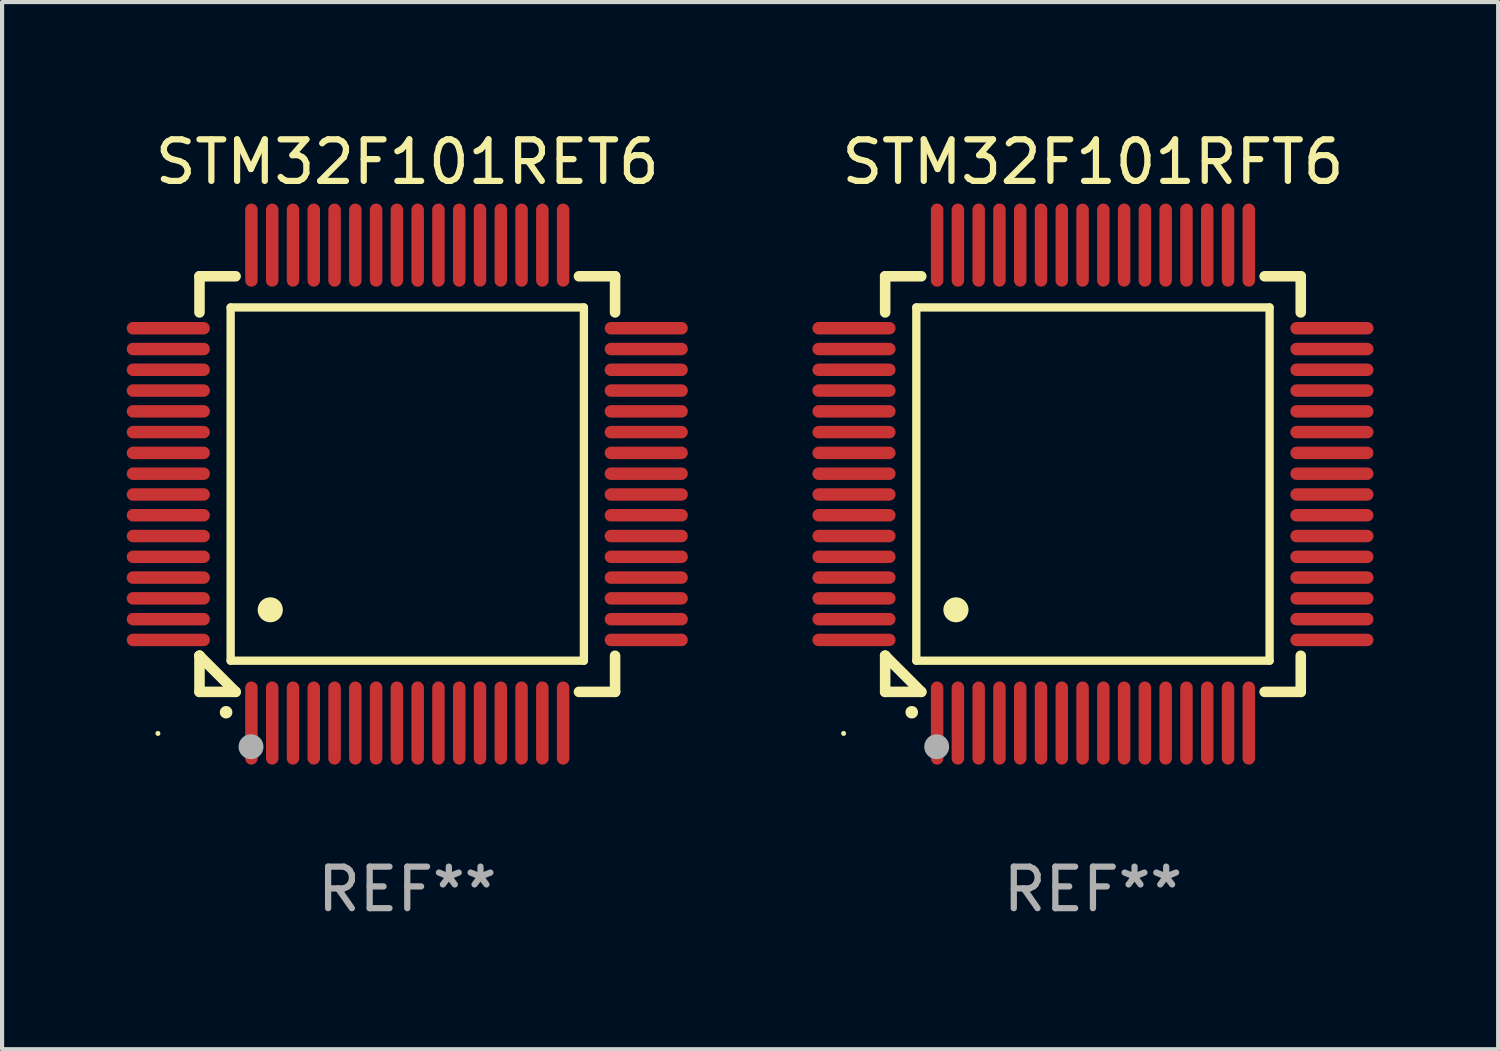
<source format=kicad_pcb>
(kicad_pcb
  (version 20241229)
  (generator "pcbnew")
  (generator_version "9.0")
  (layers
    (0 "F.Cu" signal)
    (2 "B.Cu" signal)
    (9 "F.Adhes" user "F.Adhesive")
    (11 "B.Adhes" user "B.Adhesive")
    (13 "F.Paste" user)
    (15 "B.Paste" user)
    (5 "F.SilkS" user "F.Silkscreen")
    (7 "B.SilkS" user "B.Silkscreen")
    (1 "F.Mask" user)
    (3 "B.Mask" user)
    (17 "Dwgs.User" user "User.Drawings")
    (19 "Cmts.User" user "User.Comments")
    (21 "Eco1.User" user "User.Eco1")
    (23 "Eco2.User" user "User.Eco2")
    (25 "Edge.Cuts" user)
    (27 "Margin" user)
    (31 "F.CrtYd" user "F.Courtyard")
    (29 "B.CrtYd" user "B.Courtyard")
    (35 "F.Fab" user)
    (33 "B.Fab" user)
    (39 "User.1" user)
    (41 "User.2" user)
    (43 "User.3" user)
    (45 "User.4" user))
  (footprint "STM32F101RFT6"
    (layer "F.Cu")
    (at 23.249 8.598)
    (property "Reference" "STM32F101RFT6" (at 0 -7.75 0) (layer "F.SilkS") (effects (font (size 1 1) (thickness 0.15))))
    (attr through_hole)
    (fp_line (start -5 -5) (end -4.131 -5) (stroke (width 0.254) (type solid)) (layer "F.SilkS"))
    (fp_line (start -5 -4.131) (end -5 -5) (stroke (width 0.254) (type solid)) (layer "F.SilkS"))
    (fp_line (start -5 4.131) (end -5 4.131) (stroke (width 0.254) (type solid)) (layer "F.SilkS"))
    (fp_line (start -5 5) (end -5 4.131) (stroke (width 0.254) (type solid)) (layer "F.SilkS"))
    (fp_line (start -5 4.131) (end -4.131 5) (stroke (width 0.254) (type solid)) (layer "F.SilkS"))
    (fp_line (start -4.25 -4.25) (end -4.25 4.25) (stroke (width 0.2) (type solid)) (layer "F.SilkS"))
    (fp_line (start -4.25 4.25) (end 4.25 4.25) (stroke (width 0.2) (type solid)) (layer "F.SilkS"))
    (fp_line (start -4.131 5) (end -5 5) (stroke (width 0.254) (type solid)) (layer "F.SilkS"))
    (fp_line (start 4.25 -4.25) (end -4.25 -4.25) (stroke (width 0.2) (type solid)) (layer "F.SilkS"))
    (fp_line (start 4.25 4.25) (end 4.25 -4.25) (stroke (width 0.2) (type solid)) (layer "F.SilkS"))
    (fp_line (start 5 -5) (end 4.131 -5) (stroke (width 0.254) (type solid)) (layer "F.SilkS"))
    (fp_line (start 5 -5) (end 5 -4.131) (stroke (width 0.254) (type solid)) (layer "F.SilkS"))
    (fp_line (start 5 4.131) (end 5 5) (stroke (width 0.254) (type solid)) (layer "F.SilkS"))
    (fp_line (start 5 5) (end 4.131 5) (stroke (width 0.254) (type solid)) (layer "F.SilkS"))
    (fp_arc (start -4.361265 5.489992) (mid -4.359995 5.489987) (end -4.358725 5.489992) (stroke (width 0.3) (type solid)) (layer "F.SilkS"))
    (fp_arc (start -3.299467 3.025146) (mid -3.296927 3.025135) (end -3.294387 3.025146) (stroke (width 0.6) (type solid)) (layer "F.SilkS"))
    (fp_circle (center -6 6) (end -5.97 6) (stroke (width 0.06) (type solid)) (fill no) (layer "F.SilkS"))
    (fp_circle (center -3.76 6.32) (end -3.61 6.32) (stroke (width 0.3) (type solid)) (fill no) (layer "F.Fab"))
    (fp_text user "REF**" (at 0 9.75 0) (layer "F.Fab") (effects (font (size 1 1) (thickness 0.15))))
    (pad "1" smd oval (at -3.75 5.75) (size 0.3 2) (layers "F.Cu" "F.Mask" "F.Paste"))
    (pad "2" smd oval (at -3.25 5.75) (size 0.3 2) (layers "F.Cu" "F.Mask" "F.Paste"))
    (pad "3" smd oval (at -2.75 5.75) (size 0.3 2) (layers "F.Cu" "F.Mask" "F.Paste"))
    (pad "4" smd oval (at -2.25 5.75) (size 0.3 2) (layers "F.Cu" "F.Mask" "F.Paste"))
    (pad "5" smd oval (at -1.75 5.75) (size 0.3 2) (layers "F.Cu" "F.Mask" "F.Paste"))
    (pad "6" smd oval (at -1.25 5.75) (size 0.3 2) (layers "F.Cu" "F.Mask" "F.Paste"))
    (pad "7" smd oval (at -0.75 5.75) (size 0.3 2) (layers "F.Cu" "F.Mask" "F.Paste"))
    (pad "8" smd oval (at -0.25 5.75) (size 0.3 2) (layers "F.Cu" "F.Mask" "F.Paste"))
    (pad "9" smd oval (at 0.25 5.75) (size 0.3 2) (layers "F.Cu" "F.Mask" "F.Paste"))
    (pad "10" smd oval (at 0.75 5.75) (size 0.3 2) (layers "F.Cu" "F.Mask" "F.Paste"))
    (pad "11" smd oval (at 1.25 5.75) (size 0.3 2) (layers "F.Cu" "F.Mask" "F.Paste"))
    (pad "12" smd oval (at 1.75 5.75) (size 0.3 2) (layers "F.Cu" "F.Mask" "F.Paste"))
    (pad "13" smd oval (at 2.25 5.75) (size 0.3 2) (layers "F.Cu" "F.Mask" "F.Paste"))
    (pad "14" smd oval (at 2.75 5.75) (size 0.3 2) (layers "F.Cu" "F.Mask" "F.Paste"))
    (pad "15" smd oval (at 3.25 5.75) (size 0.3 2) (layers "F.Cu" "F.Mask" "F.Paste"))
    (pad "16" smd oval (at 3.75 5.75) (size 0.3 2) (layers "F.Cu" "F.Mask" "F.Paste"))
    (pad "17" smd oval (at 5.75 3.75) (size 2 0.3) (layers "F.Cu" "F.Mask" "F.Paste"))
    (pad "18" smd oval (at 5.75 3.25) (size 2 0.3) (layers "F.Cu" "F.Mask" "F.Paste"))
    (pad "19" smd oval (at 5.75 2.75) (size 2 0.3) (layers "F.Cu" "F.Mask" "F.Paste"))
    (pad "20" smd oval (at 5.75 2.25) (size 2 0.3) (layers "F.Cu" "F.Mask" "F.Paste"))
    (pad "21" smd oval (at 5.75 1.75) (size 2 0.3) (layers "F.Cu" "F.Mask" "F.Paste"))
    (pad "22" smd oval (at 5.75 1.25) (size 2 0.3) (layers "F.Cu" "F.Mask" "F.Paste"))
    (pad "23" smd oval (at 5.75 0.75) (size 2 0.3) (layers "F.Cu" "F.Mask" "F.Paste"))
    (pad "24" smd oval (at 5.75 0.25) (size 2 0.3) (layers "F.Cu" "F.Mask" "F.Paste"))
    (pad "25" smd oval (at 5.75 -0.25) (size 2 0.3) (layers "F.Cu" "F.Mask" "F.Paste"))
    (pad "26" smd oval (at 5.75 -0.75) (size 2 0.3) (layers "F.Cu" "F.Mask" "F.Paste"))
    (pad "27" smd oval (at 5.75 -1.25) (size 2 0.3) (layers "F.Cu" "F.Mask" "F.Paste"))
    (pad "28" smd oval (at 5.75 -1.75) (size 2 0.3) (layers "F.Cu" "F.Mask" "F.Paste"))
    (pad "29" smd oval (at 5.75 -2.25) (size 2 0.3) (layers "F.Cu" "F.Mask" "F.Paste"))
    (pad "30" smd oval (at 5.75 -2.75) (size 2 0.3) (layers "F.Cu" "F.Mask" "F.Paste"))
    (pad "31" smd oval (at 5.75 -3.25) (size 2 0.3) (layers "F.Cu" "F.Mask" "F.Paste"))
    (pad "32" smd oval (at 5.75 -3.75) (size 2 0.3) (layers "F.Cu" "F.Mask" "F.Paste"))
    (pad "33" smd oval (at 3.75 -5.75) (size 0.3 2) (layers "F.Cu" "F.Mask" "F.Paste"))
    (pad "34" smd oval (at 3.25 -5.75) (size 0.3 2) (layers "F.Cu" "F.Mask" "F.Paste"))
    (pad "35" smd oval (at 2.75 -5.75) (size 0.3 2) (layers "F.Cu" "F.Mask" "F.Paste"))
    (pad "36" smd oval (at 2.25 -5.75) (size 0.3 2) (layers "F.Cu" "F.Mask" "F.Paste"))
    (pad "37" smd oval (at 1.75 -5.75) (size 0.3 2) (layers "F.Cu" "F.Mask" "F.Paste"))
    (pad "38" smd oval (at 1.25 -5.75) (size 0.3 2) (layers "F.Cu" "F.Mask" "F.Paste"))
    (pad "39" smd oval (at 0.75 -5.75) (size 0.3 2) (layers "F.Cu" "F.Mask" "F.Paste"))
    (pad "40" smd oval (at 0.25 -5.75) (size 0.3 2) (layers "F.Cu" "F.Mask" "F.Paste"))
    (pad "41" smd oval (at -0.25 -5.75) (size 0.3 2) (layers "F.Cu" "F.Mask" "F.Paste"))
    (pad "42" smd oval (at -0.75 -5.75) (size 0.3 2) (layers "F.Cu" "F.Mask" "F.Paste"))
    (pad "43" smd oval (at -1.25 -5.75) (size 0.3 2) (layers "F.Cu" "F.Mask" "F.Paste"))
    (pad "44" smd oval (at -1.75 -5.75) (size 0.3 2) (layers "F.Cu" "F.Mask" "F.Paste"))
    (pad "45" smd oval (at -2.25 -5.75) (size 0.3 2) (layers "F.Cu" "F.Mask" "F.Paste"))
    (pad "46" smd oval (at -2.75 -5.75) (size 0.3 2) (layers "F.Cu" "F.Mask" "F.Paste"))
    (pad "47" smd oval (at -3.25 -5.75) (size 0.3 2) (layers "F.Cu" "F.Mask" "F.Paste"))
    (pad "48" smd oval (at -3.75 -5.75) (size 0.3 2) (layers "F.Cu" "F.Mask" "F.Paste"))
    (pad "49" smd oval (at -5.75 -3.75) (size 2 0.3) (layers "F.Cu" "F.Mask" "F.Paste"))
    (pad "50" smd oval (at -5.75 -3.25) (size 2 0.3) (layers "F.Cu" "F.Mask" "F.Paste"))
    (pad "51" smd oval (at -5.75 -2.75) (size 2 0.3) (layers "F.Cu" "F.Mask" "F.Paste"))
    (pad "52" smd oval (at -5.75 -2.25) (size 2 0.3) (layers "F.Cu" "F.Mask" "F.Paste"))
    (pad "53" smd oval (at -5.75 -1.75) (size 2 0.3) (layers "F.Cu" "F.Mask" "F.Paste"))
    (pad "54" smd oval (at -5.75 -1.25) (size 2 0.3) (layers "F.Cu" "F.Mask" "F.Paste"))
    (pad "55" smd oval (at -5.75 -0.75) (size 2 0.3) (layers "F.Cu" "F.Mask" "F.Paste"))
    (pad "56" smd oval (at -5.75 -0.25) (size 2 0.3) (layers "F.Cu" "F.Mask" "F.Paste"))
    (pad "57" smd oval (at -5.75 0.25) (size 2 0.3) (layers "F.Cu" "F.Mask" "F.Paste"))
    (pad "58" smd oval (at -5.75 0.75) (size 2 0.3) (layers "F.Cu" "F.Mask" "F.Paste"))
    (pad "59" smd oval (at -5.75 1.25) (size 2 0.3) (layers "F.Cu" "F.Mask" "F.Paste"))
    (pad "60" smd oval (at -5.75 1.75) (size 2 0.3) (layers "F.Cu" "F.Mask" "F.Paste"))
    (pad "61" smd oval (at -5.75 2.25) (size 2 0.3) (layers "F.Cu" "F.Mask" "F.Paste"))
    (pad "62" smd oval (at -5.75 2.75) (size 2 0.3) (layers "F.Cu" "F.Mask" "F.Paste"))
    (pad "63" smd oval (at -5.75 3.25) (size 2 0.3) (layers "F.Cu" "F.Mask" "F.Paste"))
    (pad "64" smd oval (at -5.75 3.75) (size 2 0.3) (layers "F.Cu" "F.Mask" "F.Paste")))
  (footprint "STM32F101RET6"
    (layer "F.Cu")
    (at 6.75 8.598)
    (property "Reference" "STM32F101RET6" (at 0 -7.75 0) (layer "F.SilkS") (effects (font (size 1 1) (thickness 0.15))))
    (attr through_hole)
    (fp_line (start -5 -5) (end -4.131 -5) (stroke (width 0.254) (type solid)) (layer "F.SilkS"))
    (fp_line (start -5 -4.131) (end -5 -5) (stroke (width 0.254) (type solid)) (layer "F.SilkS"))
    (fp_line (start -5 4.131) (end -5 4.131) (stroke (width 0.254) (type solid)) (layer "F.SilkS"))
    (fp_line (start -5 5) (end -5 4.131) (stroke (width 0.254) (type solid)) (layer "F.SilkS"))
    (fp_line (start -5 4.131) (end -4.131 5) (stroke (width 0.254) (type solid)) (layer "F.SilkS"))
    (fp_line (start -4.25 -4.25) (end -4.25 4.25) (stroke (width 0.2) (type solid)) (layer "F.SilkS"))
    (fp_line (start -4.25 4.25) (end 4.25 4.25) (stroke (width 0.2) (type solid)) (layer "F.SilkS"))
    (fp_line (start -4.131 5) (end -5 5) (stroke (width 0.254) (type solid)) (layer "F.SilkS"))
    (fp_line (start 4.25 -4.25) (end -4.25 -4.25) (stroke (width 0.2) (type solid)) (layer "F.SilkS"))
    (fp_line (start 4.25 4.25) (end 4.25 -4.25) (stroke (width 0.2) (type solid)) (layer "F.SilkS"))
    (fp_line (start 5 -5) (end 4.131 -5) (stroke (width 0.254) (type solid)) (layer "F.SilkS"))
    (fp_line (start 5 -5) (end 5 -4.131) (stroke (width 0.254) (type solid)) (layer "F.SilkS"))
    (fp_line (start 5 4.131) (end 5 5) (stroke (width 0.254) (type solid)) (layer "F.SilkS"))
    (fp_line (start 5 5) (end 4.131 5) (stroke (width 0.254) (type solid)) (layer "F.SilkS"))
    (fp_arc (start -4.361265 5.489992) (mid -4.359995 5.489987) (end -4.358725 5.489992) (stroke (width 0.3) (type solid)) (layer "F.SilkS"))
    (fp_arc (start -3.299467 3.025146) (mid -3.296927 3.025135) (end -3.294387 3.025146) (stroke (width 0.6) (type solid)) (layer "F.SilkS"))
    (fp_circle (center -6 6) (end -5.97 6) (stroke (width 0.06) (type solid)) (fill no) (layer "F.SilkS"))
    (fp_circle (center -3.76 6.32) (end -3.61 6.32) (stroke (width 0.3) (type solid)) (fill no) (layer "F.Fab"))
    (fp_text user "REF**" (at 0 9.75 0) (layer "F.Fab") (effects (font (size 1 1) (thickness 0.15))))
    (pad "1" smd oval (at -3.75 5.75) (size 0.3 2) (layers "F.Cu" "F.Mask" "F.Paste"))
    (pad "2" smd oval (at -3.25 5.75) (size 0.3 2) (layers "F.Cu" "F.Mask" "F.Paste"))
    (pad "3" smd oval (at -2.75 5.75) (size 0.3 2) (layers "F.Cu" "F.Mask" "F.Paste"))
    (pad "4" smd oval (at -2.25 5.75) (size 0.3 2) (layers "F.Cu" "F.Mask" "F.Paste"))
    (pad "5" smd oval (at -1.75 5.75) (size 0.3 2) (layers "F.Cu" "F.Mask" "F.Paste"))
    (pad "6" smd oval (at -1.25 5.75) (size 0.3 2) (layers "F.Cu" "F.Mask" "F.Paste"))
    (pad "7" smd oval (at -0.75 5.75) (size 0.3 2) (layers "F.Cu" "F.Mask" "F.Paste"))
    (pad "8" smd oval (at -0.25 5.75) (size 0.3 2) (layers "F.Cu" "F.Mask" "F.Paste"))
    (pad "9" smd oval (at 0.25 5.75) (size 0.3 2) (layers "F.Cu" "F.Mask" "F.Paste"))
    (pad "10" smd oval (at 0.75 5.75) (size 0.3 2) (layers "F.Cu" "F.Mask" "F.Paste"))
    (pad "11" smd oval (at 1.25 5.75) (size 0.3 2) (layers "F.Cu" "F.Mask" "F.Paste"))
    (pad "12" smd oval (at 1.75 5.75) (size 0.3 2) (layers "F.Cu" "F.Mask" "F.Paste"))
    (pad "13" smd oval (at 2.25 5.75) (size 0.3 2) (layers "F.Cu" "F.Mask" "F.Paste"))
    (pad "14" smd oval (at 2.75 5.75) (size 0.3 2) (layers "F.Cu" "F.Mask" "F.Paste"))
    (pad "15" smd oval (at 3.25 5.75) (size 0.3 2) (layers "F.Cu" "F.Mask" "F.Paste"))
    (pad "16" smd oval (at 3.75 5.75) (size 0.3 2) (layers "F.Cu" "F.Mask" "F.Paste"))
    (pad "17" smd oval (at 5.75 3.75) (size 2 0.3) (layers "F.Cu" "F.Mask" "F.Paste"))
    (pad "18" smd oval (at 5.75 3.25) (size 2 0.3) (layers "F.Cu" "F.Mask" "F.Paste"))
    (pad "19" smd oval (at 5.75 2.75) (size 2 0.3) (layers "F.Cu" "F.Mask" "F.Paste"))
    (pad "20" smd oval (at 5.75 2.25) (size 2 0.3) (layers "F.Cu" "F.Mask" "F.Paste"))
    (pad "21" smd oval (at 5.75 1.75) (size 2 0.3) (layers "F.Cu" "F.Mask" "F.Paste"))
    (pad "22" smd oval (at 5.75 1.25) (size 2 0.3) (layers "F.Cu" "F.Mask" "F.Paste"))
    (pad "23" smd oval (at 5.75 0.75) (size 2 0.3) (layers "F.Cu" "F.Mask" "F.Paste"))
    (pad "24" smd oval (at 5.75 0.25) (size 2 0.3) (layers "F.Cu" "F.Mask" "F.Paste"))
    (pad "25" smd oval (at 5.75 -0.25) (size 2 0.3) (layers "F.Cu" "F.Mask" "F.Paste"))
    (pad "26" smd oval (at 5.75 -0.75) (size 2 0.3) (layers "F.Cu" "F.Mask" "F.Paste"))
    (pad "27" smd oval (at 5.75 -1.25) (size 2 0.3) (layers "F.Cu" "F.Mask" "F.Paste"))
    (pad "28" smd oval (at 5.75 -1.75) (size 2 0.3) (layers "F.Cu" "F.Mask" "F.Paste"))
    (pad "29" smd oval (at 5.75 -2.25) (size 2 0.3) (layers "F.Cu" "F.Mask" "F.Paste"))
    (pad "30" smd oval (at 5.75 -2.75) (size 2 0.3) (layers "F.Cu" "F.Mask" "F.Paste"))
    (pad "31" smd oval (at 5.75 -3.25) (size 2 0.3) (layers "F.Cu" "F.Mask" "F.Paste"))
    (pad "32" smd oval (at 5.75 -3.75) (size 2 0.3) (layers "F.Cu" "F.Mask" "F.Paste"))
    (pad "33" smd oval (at 3.75 -5.75) (size 0.3 2) (layers "F.Cu" "F.Mask" "F.Paste"))
    (pad "34" smd oval (at 3.25 -5.75) (size 0.3 2) (layers "F.Cu" "F.Mask" "F.Paste"))
    (pad "35" smd oval (at 2.75 -5.75) (size 0.3 2) (layers "F.Cu" "F.Mask" "F.Paste"))
    (pad "36" smd oval (at 2.25 -5.75) (size 0.3 2) (layers "F.Cu" "F.Mask" "F.Paste"))
    (pad "37" smd oval (at 1.75 -5.75) (size 0.3 2) (layers "F.Cu" "F.Mask" "F.Paste"))
    (pad "38" smd oval (at 1.25 -5.75) (size 0.3 2) (layers "F.Cu" "F.Mask" "F.Paste"))
    (pad "39" smd oval (at 0.75 -5.75) (size 0.3 2) (layers "F.Cu" "F.Mask" "F.Paste"))
    (pad "40" smd oval (at 0.25 -5.75) (size 0.3 2) (layers "F.Cu" "F.Mask" "F.Paste"))
    (pad "41" smd oval (at -0.25 -5.75) (size 0.3 2) (layers "F.Cu" "F.Mask" "F.Paste"))
    (pad "42" smd oval (at -0.75 -5.75) (size 0.3 2) (layers "F.Cu" "F.Mask" "F.Paste"))
    (pad "43" smd oval (at -1.25 -5.75) (size 0.3 2) (layers "F.Cu" "F.Mask" "F.Paste"))
    (pad "44" smd oval (at -1.75 -5.75) (size 0.3 2) (layers "F.Cu" "F.Mask" "F.Paste"))
    (pad "45" smd oval (at -2.25 -5.75) (size 0.3 2) (layers "F.Cu" "F.Mask" "F.Paste"))
    (pad "46" smd oval (at -2.75 -5.75) (size 0.3 2) (layers "F.Cu" "F.Mask" "F.Paste"))
    (pad "47" smd oval (at -3.25 -5.75) (size 0.3 2) (layers "F.Cu" "F.Mask" "F.Paste"))
    (pad "48" smd oval (at -3.75 -5.75) (size 0.3 2) (layers "F.Cu" "F.Mask" "F.Paste"))
    (pad "49" smd oval (at -5.75 -3.75) (size 2 0.3) (layers "F.Cu" "F.Mask" "F.Paste"))
    (pad "50" smd oval (at -5.75 -3.25) (size 2 0.3) (layers "F.Cu" "F.Mask" "F.Paste"))
    (pad "51" smd oval (at -5.75 -2.75) (size 2 0.3) (layers "F.Cu" "F.Mask" "F.Paste"))
    (pad "52" smd oval (at -5.75 -2.25) (size 2 0.3) (layers "F.Cu" "F.Mask" "F.Paste"))
    (pad "53" smd oval (at -5.75 -1.75) (size 2 0.3) (layers "F.Cu" "F.Mask" "F.Paste"))
    (pad "54" smd oval (at -5.75 -1.25) (size 2 0.3) (layers "F.Cu" "F.Mask" "F.Paste"))
    (pad "55" smd oval (at -5.75 -0.75) (size 2 0.3) (layers "F.Cu" "F.Mask" "F.Paste"))
    (pad "56" smd oval (at -5.75 -0.25) (size 2 0.3) (layers "F.Cu" "F.Mask" "F.Paste"))
    (pad "57" smd oval (at -5.75 0.25) (size 2 0.3) (layers "F.Cu" "F.Mask" "F.Paste"))
    (pad "58" smd oval (at -5.75 0.75) (size 2 0.3) (layers "F.Cu" "F.Mask" "F.Paste"))
    (pad "59" smd oval (at -5.75 1.25) (size 2 0.3) (layers "F.Cu" "F.Mask" "F.Paste"))
    (pad "60" smd oval (at -5.75 1.75) (size 2 0.3) (layers "F.Cu" "F.Mask" "F.Paste"))
    (pad "61" smd oval (at -5.75 2.25) (size 2 0.3) (layers "F.Cu" "F.Mask" "F.Paste"))
    (pad "62" smd oval (at -5.75 2.75) (size 2 0.3) (layers "F.Cu" "F.Mask" "F.Paste"))
    (pad "63" smd oval (at -5.75 3.25) (size 2 0.3) (layers "F.Cu" "F.Mask" "F.Paste"))
    (pad "64" smd oval (at -5.75 3.75) (size 2 0.3) (layers "F.Cu" "F.Mask" "F.Paste")))
  (gr_rect
    (start -3 -3)
    (end 32.999 22.196)
    (stroke (width 0.1) (type default))
    (fill no)
    (layer "Edge.Cuts")))
</source>
